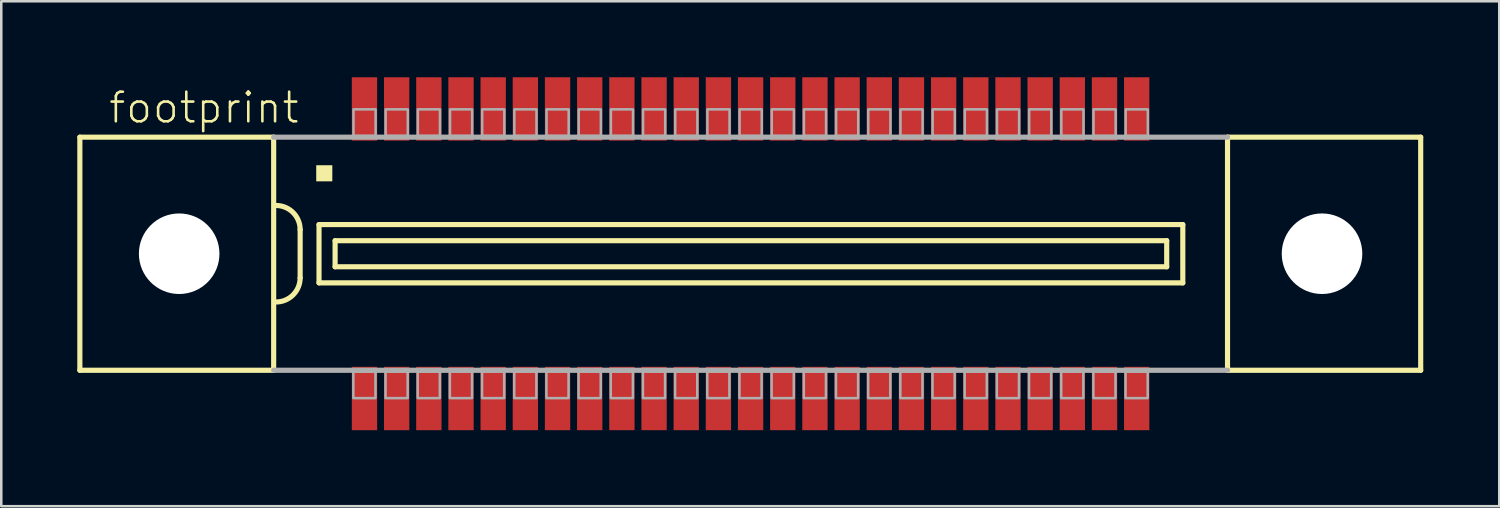
<source format=kicad_pcb>
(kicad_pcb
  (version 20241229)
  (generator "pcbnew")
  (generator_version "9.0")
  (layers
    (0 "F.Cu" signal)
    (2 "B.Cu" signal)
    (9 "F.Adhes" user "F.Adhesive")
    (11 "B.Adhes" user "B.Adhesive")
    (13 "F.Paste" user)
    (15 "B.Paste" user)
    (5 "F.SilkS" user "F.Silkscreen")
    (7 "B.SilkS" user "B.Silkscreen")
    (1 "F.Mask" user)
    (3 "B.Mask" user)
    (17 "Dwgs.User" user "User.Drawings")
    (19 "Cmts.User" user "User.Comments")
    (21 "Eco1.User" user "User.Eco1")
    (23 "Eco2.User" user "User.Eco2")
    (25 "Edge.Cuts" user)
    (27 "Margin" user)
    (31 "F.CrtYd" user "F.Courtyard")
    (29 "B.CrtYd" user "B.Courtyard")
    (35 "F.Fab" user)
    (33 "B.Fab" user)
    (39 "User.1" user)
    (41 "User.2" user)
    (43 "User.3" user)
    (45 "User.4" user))
  (footprint "footprint"
    (layer "F.Cu")
    (at 26.577 6.965)
    (property "Reference" "footprint" (at -25.4 -5.08 0) (layer "F.SilkS") (effects (font (size 1.168 1.168) (thickness 0.102)) (justify left bottom)))
    (fp_line (start -26.475 -4.6) (end -26.475 4.6) (stroke (width 0.203) (type solid)) (layer "F.SilkS"))
    (fp_line (start -26.475 4.6) (end -18.825 4.6) (stroke (width 0.203) (type solid)) (layer "F.SilkS"))
    (fp_line (start -18.825 -4.6) (end -26.475 -4.6) (stroke (width 0.203) (type solid)) (layer "F.SilkS"))
    (fp_line (start -18.825 -4.6) (end -18.825 4.6) (stroke (width 0.203) (type solid)) (layer "F.SilkS"))
    (fp_line (start -17.78 -0.953) (end -17.78 0.953) (stroke (width 0.203) (type solid)) (layer "F.SilkS"))
    (fp_line (start -17.035 -1.15) (end -17.035 1.15) (stroke (width 0.203) (type solid)) (layer "F.SilkS"))
    (fp_line (start -17.035 1.15) (end 17.06 1.15) (stroke (width 0.203) (type solid)) (layer "F.SilkS"))
    (fp_line (start -16.4 -0.515) (end -16.4 0.515) (stroke (width 0.203) (type solid)) (layer "F.SilkS"))
    (fp_line (start -16.4 0.515) (end 16.425 0.515) (stroke (width 0.203) (type solid)) (layer "F.SilkS"))
    (fp_line (start 16.425 -0.515) (end -16.4 -0.515) (stroke (width 0.203) (type solid)) (layer "F.SilkS"))
    (fp_line (start 16.425 0.515) (end 16.425 -0.515) (stroke (width 0.203) (type solid)) (layer "F.SilkS"))
    (fp_line (start 17.06 -1.15) (end -17.035 -1.15) (stroke (width 0.203) (type solid)) (layer "F.SilkS"))
    (fp_line (start 17.06 1.15) (end 17.06 -1.15) (stroke (width 0.203) (type solid)) (layer "F.SilkS"))
    (fp_line (start 18.825 4.6) (end 18.825 -4.6) (stroke (width 0.203) (type solid)) (layer "F.SilkS"))
    (fp_line (start 18.825 4.6) (end 26.45 4.6) (stroke (width 0.203) (type solid)) (layer "F.SilkS"))
    (fp_line (start 26.45 -4.6) (end 18.825 -4.6) (stroke (width 0.203) (type solid)) (layer "F.SilkS"))
    (fp_line (start 26.45 4.6) (end 26.45 -4.6) (stroke (width 0.203) (type solid)) (layer "F.SilkS"))
    (fp_arc (start -18.7325 -1.905) (mid -18.058981 -1.626019) (end -17.78 -0.9525) (stroke (width 0.2032) (type solid)) (layer "F.SilkS"))
    (fp_arc (start -17.78 0.9525) (mid -18.05901 1.625989) (end -18.732499 1.904999) (stroke (width 0.2032) (type solid)) (layer "F.SilkS"))
    (fp_poly (pts (xy -17.145 -2.857) (xy -16.51 -2.857) (xy -16.51 -3.493) (xy -17.145 -3.493)) (stroke (width 0) (type solid)) (fill yes) (layer "F.SilkS"))
    (fp_line (start -18.825 4.6) (end 18.825 4.6) (stroke (width 0.203) (type solid)) (layer "F.Fab"))
    (fp_line (start 18.825 -4.6) (end -18.825 -4.6) (stroke (width 0.203) (type solid)) (layer "F.Fab"))
    (fp_poly (pts (xy -15.675 -4.65) (xy -14.8 -4.65) (xy -14.8 -5.7) (xy -15.675 -5.7)) (stroke (width 0.1) (type solid)) (fill no) (layer "F.Fab"))
    (fp_poly (pts (xy -14.805 4.65) (xy -15.68 4.65) (xy -15.68 5.7) (xy -14.805 5.7)) (stroke (width 0.1) (type solid)) (fill no) (layer "F.Fab"))
    (fp_poly (pts (xy -14.405 -4.65) (xy -13.53 -4.65) (xy -13.53 -5.7) (xy -14.405 -5.7)) (stroke (width 0.1) (type solid)) (fill no) (layer "F.Fab"))
    (fp_poly (pts (xy -13.535 4.65) (xy -14.41 4.65) (xy -14.41 5.7) (xy -13.535 5.7)) (stroke (width 0.1) (type solid)) (fill no) (layer "F.Fab"))
    (fp_poly (pts (xy -13.135 -4.65) (xy -12.26 -4.65) (xy -12.26 -5.7) (xy -13.135 -5.7)) (stroke (width 0.1) (type solid)) (fill no) (layer "F.Fab"))
    (fp_poly (pts (xy -12.265 4.65) (xy -13.14 4.65) (xy -13.14 5.7) (xy -12.265 5.7)) (stroke (width 0.1) (type solid)) (fill no) (layer "F.Fab"))
    (fp_poly (pts (xy -11.865 -4.65) (xy -10.99 -4.65) (xy -10.99 -5.7) (xy -11.865 -5.7)) (stroke (width 0.1) (type solid)) (fill no) (layer "F.Fab"))
    (fp_poly (pts (xy -10.995 4.65) (xy -11.87 4.65) (xy -11.87 5.7) (xy -10.995 5.7)) (stroke (width 0.1) (type solid)) (fill no) (layer "F.Fab"))
    (fp_poly (pts (xy -10.595 -4.65) (xy -9.72 -4.65) (xy -9.72 -5.7) (xy -10.595 -5.7)) (stroke (width 0.1) (type solid)) (fill no) (layer "F.Fab"))
    (fp_poly (pts (xy -9.725 4.65) (xy -10.6 4.65) (xy -10.6 5.7) (xy -9.725 5.7)) (stroke (width 0.1) (type solid)) (fill no) (layer "F.Fab"))
    (fp_poly (pts (xy -9.325 -4.65) (xy -8.45 -4.65) (xy -8.45 -5.7) (xy -9.325 -5.7)) (stroke (width 0.1) (type solid)) (fill no) (layer "F.Fab"))
    (fp_poly (pts (xy -8.455 4.65) (xy -9.33 4.65) (xy -9.33 5.7) (xy -8.455 5.7)) (stroke (width 0.1) (type solid)) (fill no) (layer "F.Fab"))
    (fp_poly (pts (xy -8.055 -4.65) (xy -7.18 -4.65) (xy -7.18 -5.7) (xy -8.055 -5.7)) (stroke (width 0.1) (type solid)) (fill no) (layer "F.Fab"))
    (fp_poly (pts (xy -7.185 4.65) (xy -8.06 4.65) (xy -8.06 5.7) (xy -7.185 5.7)) (stroke (width 0.1) (type solid)) (fill no) (layer "F.Fab"))
    (fp_poly (pts (xy -6.785 -4.65) (xy -5.91 -4.65) (xy -5.91 -5.7) (xy -6.785 -5.7)) (stroke (width 0.1) (type solid)) (fill no) (layer "F.Fab"))
    (fp_poly (pts (xy -5.915 4.65) (xy -6.79 4.65) (xy -6.79 5.7) (xy -5.915 5.7)) (stroke (width 0.1) (type solid)) (fill no) (layer "F.Fab"))
    (fp_poly (pts (xy -5.515 -4.65) (xy -4.64 -4.65) (xy -4.64 -5.7) (xy -5.515 -5.7)) (stroke (width 0.1) (type solid)) (fill no) (layer "F.Fab"))
    (fp_poly (pts (xy -4.645 4.65) (xy -5.52 4.65) (xy -5.52 5.7) (xy -4.645 5.7)) (stroke (width 0.1) (type solid)) (fill no) (layer "F.Fab"))
    (fp_poly (pts (xy -4.245 -4.65) (xy -3.37 -4.65) (xy -3.37 -5.7) (xy -4.245 -5.7)) (stroke (width 0.1) (type solid)) (fill no) (layer "F.Fab"))
    (fp_poly (pts (xy -3.375 4.65) (xy -4.25 4.65) (xy -4.25 5.7) (xy -3.375 5.7)) (stroke (width 0.1) (type solid)) (fill no) (layer "F.Fab"))
    (fp_poly (pts (xy -2.975 -4.65) (xy -2.1 -4.65) (xy -2.1 -5.7) (xy -2.975 -5.7)) (stroke (width 0.1) (type solid)) (fill no) (layer "F.Fab"))
    (fp_poly (pts (xy -2.105 4.65) (xy -2.98 4.65) (xy -2.98 5.7) (xy -2.105 5.7)) (stroke (width 0.1) (type solid)) (fill no) (layer "F.Fab"))
    (fp_poly (pts (xy -1.705 -4.65) (xy -0.83 -4.65) (xy -0.83 -5.7) (xy -1.705 -5.7)) (stroke (width 0.1) (type solid)) (fill no) (layer "F.Fab"))
    (fp_poly (pts (xy -0.835 4.65) (xy -1.71 4.65) (xy -1.71 5.7) (xy -0.835 5.7)) (stroke (width 0.1) (type solid)) (fill no) (layer "F.Fab"))
    (fp_poly (pts (xy -0.435 -4.65) (xy 0.44 -4.65) (xy 0.44 -5.7) (xy -0.435 -5.7)) (stroke (width 0.1) (type solid)) (fill no) (layer "F.Fab"))
    (fp_poly (pts (xy 0.435 4.65) (xy -0.44 4.65) (xy -0.44 5.7) (xy 0.435 5.7)) (stroke (width 0.1) (type solid)) (fill no) (layer "F.Fab"))
    (fp_poly (pts (xy 0.835 -4.65) (xy 1.71 -4.65) (xy 1.71 -5.7) (xy 0.835 -5.7)) (stroke (width 0.1) (type solid)) (fill no) (layer "F.Fab"))
    (fp_poly (pts (xy 1.705 4.65) (xy 0.83 4.65) (xy 0.83 5.7) (xy 1.705 5.7)) (stroke (width 0.1) (type solid)) (fill no) (layer "F.Fab"))
    (fp_poly (pts (xy 2.105 -4.65) (xy 2.98 -4.65) (xy 2.98 -5.7) (xy 2.105 -5.7)) (stroke (width 0.1) (type solid)) (fill no) (layer "F.Fab"))
    (fp_poly (pts (xy 2.975 4.65) (xy 2.1 4.65) (xy 2.1 5.7) (xy 2.975 5.7)) (stroke (width 0.1) (type solid)) (fill no) (layer "F.Fab"))
    (fp_poly (pts (xy 3.375 -4.65) (xy 4.25 -4.65) (xy 4.25 -5.7) (xy 3.375 -5.7)) (stroke (width 0.1) (type solid)) (fill no) (layer "F.Fab"))
    (fp_poly (pts (xy 4.245 4.65) (xy 3.37 4.65) (xy 3.37 5.7) (xy 4.245 5.7)) (stroke (width 0.1) (type solid)) (fill no) (layer "F.Fab"))
    (fp_poly (pts (xy 4.645 -4.65) (xy 5.52 -4.65) (xy 5.52 -5.7) (xy 4.645 -5.7)) (stroke (width 0.1) (type solid)) (fill no) (layer "F.Fab"))
    (fp_poly (pts (xy 5.515 4.65) (xy 4.64 4.65) (xy 4.64 5.7) (xy 5.515 5.7)) (stroke (width 0.1) (type solid)) (fill no) (layer "F.Fab"))
    (fp_poly (pts (xy 5.915 -4.65) (xy 6.79 -4.65) (xy 6.79 -5.7) (xy 5.915 -5.7)) (stroke (width 0.1) (type solid)) (fill no) (layer "F.Fab"))
    (fp_poly (pts (xy 6.785 4.65) (xy 5.91 4.65) (xy 5.91 5.7) (xy 6.785 5.7)) (stroke (width 0.1) (type solid)) (fill no) (layer "F.Fab"))
    (fp_poly (pts (xy 7.185 -4.65) (xy 8.06 -4.65) (xy 8.06 -5.7) (xy 7.185 -5.7)) (stroke (width 0.1) (type solid)) (fill no) (layer "F.Fab"))
    (fp_poly (pts (xy 8.055 4.65) (xy 7.18 4.65) (xy 7.18 5.7) (xy 8.055 5.7)) (stroke (width 0.1) (type solid)) (fill no) (layer "F.Fab"))
    (fp_poly (pts (xy 8.455 -4.65) (xy 9.33 -4.65) (xy 9.33 -5.7) (xy 8.455 -5.7)) (stroke (width 0.1) (type solid)) (fill no) (layer "F.Fab"))
    (fp_poly (pts (xy 9.325 4.65) (xy 8.45 4.65) (xy 8.45 5.7) (xy 9.325 5.7)) (stroke (width 0.1) (type solid)) (fill no) (layer "F.Fab"))
    (fp_poly (pts (xy 9.725 -4.65) (xy 10.6 -4.65) (xy 10.6 -5.7) (xy 9.725 -5.7)) (stroke (width 0.1) (type solid)) (fill no) (layer "F.Fab"))
    (fp_poly (pts (xy 10.595 4.65) (xy 9.72 4.65) (xy 9.72 5.7) (xy 10.595 5.7)) (stroke (width 0.1) (type solid)) (fill no) (layer "F.Fab"))
    (fp_poly (pts (xy 10.995 -4.65) (xy 11.87 -4.65) (xy 11.87 -5.7) (xy 10.995 -5.7)) (stroke (width 0.1) (type solid)) (fill no) (layer "F.Fab"))
    (fp_poly (pts (xy 11.865 4.65) (xy 10.99 4.65) (xy 10.99 5.7) (xy 11.865 5.7)) (stroke (width 0.1) (type solid)) (fill no) (layer "F.Fab"))
    (fp_poly (pts (xy 12.265 -4.65) (xy 13.14 -4.65) (xy 13.14 -5.7) (xy 12.265 -5.7)) (stroke (width 0.1) (type solid)) (fill no) (layer "F.Fab"))
    (fp_poly (pts (xy 13.135 4.65) (xy 12.26 4.65) (xy 12.26 5.7) (xy 13.135 5.7)) (stroke (width 0.1) (type solid)) (fill no) (layer "F.Fab"))
    (fp_poly (pts (xy 13.535 -4.65) (xy 14.41 -4.65) (xy 14.41 -5.7) (xy 13.535 -5.7)) (stroke (width 0.1) (type solid)) (fill no) (layer "F.Fab"))
    (fp_poly (pts (xy 14.405 4.65) (xy 13.53 4.65) (xy 13.53 5.7) (xy 14.405 5.7)) (stroke (width 0.1) (type solid)) (fill no) (layer "F.Fab"))
    (fp_poly (pts (xy 14.805 -4.65) (xy 15.68 -4.65) (xy 15.68 -5.7) (xy 14.805 -5.7)) (stroke (width 0.1) (type solid)) (fill no) (layer "F.Fab"))
    (fp_poly (pts (xy 15.675 4.65) (xy 14.8 4.65) (xy 14.8 5.7) (xy 15.675 5.7)) (stroke (width 0.1) (type solid)) (fill no) (layer "F.Fab"))
    (pad "" np_thru_hole circle (at -22.555 0) (size 3.18 3.18) (drill 3.18) (layers "*.Cu" "*.Mask"))
    (pad "" np_thru_hole circle (at 22.555 0) (size 3.18 3.18) (drill 3.18) (layers "*.Cu" "*.Mask"))
    (pad "1" smd rect (at -15.24 -5.715) (size 1 2.5) (layers "F.Cu" "F.Mask" "F.Paste"))
    (pad "2" smd rect (at -13.97 -5.715) (size 1 2.5) (layers "F.Cu" "F.Mask" "F.Paste"))
    (pad "3" smd rect (at -12.7 -5.715) (size 1 2.5) (layers "F.Cu" "F.Mask" "F.Paste"))
    (pad "4" smd rect (at -11.43 -5.715) (size 1 2.5) (layers "F.Cu" "F.Mask" "F.Paste"))
    (pad "5" smd rect (at -10.16 -5.715) (size 1 2.5) (layers "F.Cu" "F.Mask" "F.Paste"))
    (pad "6" smd rect (at -8.89 -5.715) (size 1 2.5) (layers "F.Cu" "F.Mask" "F.Paste"))
    (pad "7" smd rect (at -7.62 -5.715) (size 1 2.5) (layers "F.Cu" "F.Mask" "F.Paste"))
    (pad "8" smd rect (at -6.35 -5.715) (size 1 2.5) (layers "F.Cu" "F.Mask" "F.Paste"))
    (pad "9" smd rect (at -5.08 -5.715) (size 1 2.5) (layers "F.Cu" "F.Mask" "F.Paste"))
    (pad "10" smd rect (at -3.81 -5.715) (size 1 2.5) (layers "F.Cu" "F.Mask" "F.Paste"))
    (pad "11" smd rect (at -2.54 -5.715 180) (size 1 2.5) (layers "F.Cu" "F.Mask" "F.Paste"))
    (pad "12" smd rect (at -1.27 -5.715 180) (size 1 2.5) (layers "F.Cu" "F.Mask" "F.Paste"))
    (pad "13" smd rect (at 0 -5.715 180) (size 1 2.5) (layers "F.Cu" "F.Mask" "F.Paste"))
    (pad "14" smd rect (at 1.27 -5.715 180) (size 1 2.5) (layers "F.Cu" "F.Mask" "F.Paste"))
    (pad "15" smd rect (at 2.54 -5.715 180) (size 1 2.5) (layers "F.Cu" "F.Mask" "F.Paste"))
    (pad "16" smd rect (at 3.81 -5.715 180) (size 1 2.5) (layers "F.Cu" "F.Mask" "F.Paste"))
    (pad "17" smd rect (at 5.08 -5.715 180) (size 1 2.5) (layers "F.Cu" "F.Mask" "F.Paste"))
    (pad "18" smd rect (at 6.35 -5.715 180) (size 1 2.5) (layers "F.Cu" "F.Mask" "F.Paste"))
    (pad "19" smd rect (at 7.62 -5.715 180) (size 1 2.5) (layers "F.Cu" "F.Mask" "F.Paste"))
    (pad "20" smd rect (at 8.89 -5.715 180) (size 1 2.5) (layers "F.Cu" "F.Mask" "F.Paste"))
    (pad "21" smd rect (at 10.16 -5.715 180) (size 1 2.5) (layers "F.Cu" "F.Mask" "F.Paste"))
    (pad "22" smd rect (at 11.43 -5.715 180) (size 1 2.5) (layers "F.Cu" "F.Mask" "F.Paste"))
    (pad "23" smd rect (at 12.7 -5.715 180) (size 1 2.5) (layers "F.Cu" "F.Mask" "F.Paste"))
    (pad "24" smd rect (at 13.97 -5.715 180) (size 1 2.5) (layers "F.Cu" "F.Mask" "F.Paste"))
    (pad "25" smd rect (at 15.24 -5.715 180) (size 1 2.5) (layers "F.Cu" "F.Mask" "F.Paste"))
    (pad "26" smd rect (at -15.24 5.715) (size 1 2.5) (layers "F.Cu" "F.Mask" "F.Paste"))
    (pad "27" smd rect (at -13.97 5.715) (size 1 2.5) (layers "F.Cu" "F.Mask" "F.Paste"))
    (pad "28" smd rect (at -12.7 5.715) (size 1 2.5) (layers "F.Cu" "F.Mask" "F.Paste"))
    (pad "29" smd rect (at -11.43 5.715) (size 1 2.5) (layers "F.Cu" "F.Mask" "F.Paste"))
    (pad "30" smd rect (at -10.16 5.715) (size 1 2.5) (layers "F.Cu" "F.Mask" "F.Paste"))
    (pad "31" smd rect (at -8.89 5.715) (size 1 2.5) (layers "F.Cu" "F.Mask" "F.Paste"))
    (pad "32" smd rect (at -7.62 5.715) (size 1 2.5) (layers "F.Cu" "F.Mask" "F.Paste"))
    (pad "33" smd rect (at -6.35 5.715) (size 1 2.5) (layers "F.Cu" "F.Mask" "F.Paste"))
    (pad "34" smd rect (at -5.08 5.715) (size 1 2.5) (layers "F.Cu" "F.Mask" "F.Paste"))
    (pad "35" smd rect (at -3.81 5.715) (size 1 2.5) (layers "F.Cu" "F.Mask" "F.Paste"))
    (pad "36" smd rect (at -2.54 5.715) (size 1 2.5) (layers "F.Cu" "F.Mask" "F.Paste"))
    (pad "37" smd rect (at -1.27 5.715) (size 1 2.5) (layers "F.Cu" "F.Mask" "F.Paste"))
    (pad "38" smd rect (at 0 5.715) (size 1 2.5) (layers "F.Cu" "F.Mask" "F.Paste"))
    (pad "39" smd rect (at 1.27 5.715) (size 1 2.5) (layers "F.Cu" "F.Mask" "F.Paste"))
    (pad "40" smd rect (at 2.54 5.715) (size 1 2.5) (layers "F.Cu" "F.Mask" "F.Paste"))
    (pad "41" smd rect (at 3.81 5.715) (size 1 2.5) (layers "F.Cu" "F.Mask" "F.Paste"))
    (pad "42" smd rect (at 5.08 5.715) (size 1 2.5) (layers "F.Cu" "F.Mask" "F.Paste"))
    (pad "43" smd rect (at 6.35 5.715) (size 1 2.5) (layers "F.Cu" "F.Mask" "F.Paste"))
    (pad "44" smd rect (at 7.62 5.715) (size 1 2.5) (layers "F.Cu" "F.Mask" "F.Paste"))
    (pad "45" smd rect (at 8.89 5.715) (size 1 2.5) (layers "F.Cu" "F.Mask" "F.Paste"))
    (pad "46" smd rect (at 10.16 5.715) (size 1 2.5) (layers "F.Cu" "F.Mask" "F.Paste"))
    (pad "47" smd rect (at 11.43 5.715) (size 1 2.5) (layers "F.Cu" "F.Mask" "F.Paste"))
    (pad "48" smd rect (at 12.7 5.715) (size 1 2.5) (layers "F.Cu" "F.Mask" "F.Paste"))
    (pad "49" smd rect (at 13.97 5.715) (size 1 2.5) (layers "F.Cu" "F.Mask" "F.Paste"))
    (pad "50" smd rect (at 15.24 5.715) (size 1 2.5) (layers "F.Cu" "F.Mask" "F.Paste")))
  (gr_rect
    (start -3 -3)
    (end 56.128 16.93)
    (stroke (width 0.1) (type default))
    (fill no)
    (layer "Edge.Cuts")))
</source>
